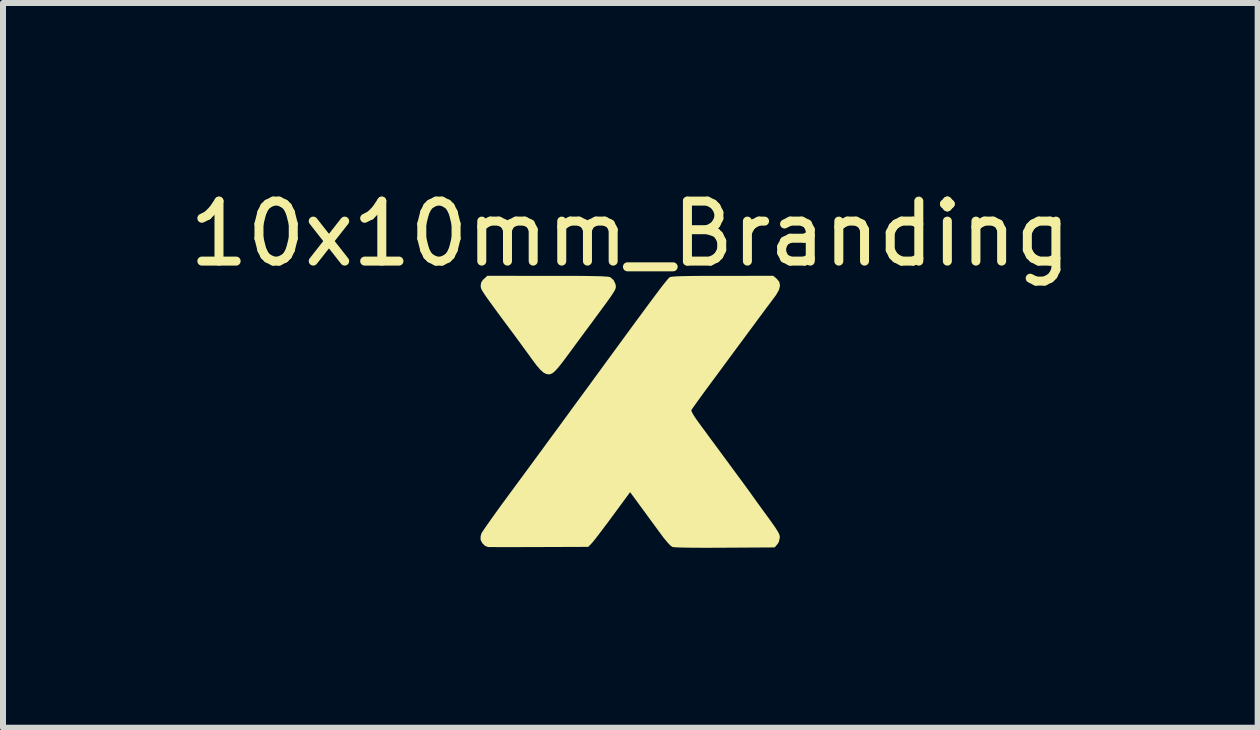
<source format=kicad_pcb>
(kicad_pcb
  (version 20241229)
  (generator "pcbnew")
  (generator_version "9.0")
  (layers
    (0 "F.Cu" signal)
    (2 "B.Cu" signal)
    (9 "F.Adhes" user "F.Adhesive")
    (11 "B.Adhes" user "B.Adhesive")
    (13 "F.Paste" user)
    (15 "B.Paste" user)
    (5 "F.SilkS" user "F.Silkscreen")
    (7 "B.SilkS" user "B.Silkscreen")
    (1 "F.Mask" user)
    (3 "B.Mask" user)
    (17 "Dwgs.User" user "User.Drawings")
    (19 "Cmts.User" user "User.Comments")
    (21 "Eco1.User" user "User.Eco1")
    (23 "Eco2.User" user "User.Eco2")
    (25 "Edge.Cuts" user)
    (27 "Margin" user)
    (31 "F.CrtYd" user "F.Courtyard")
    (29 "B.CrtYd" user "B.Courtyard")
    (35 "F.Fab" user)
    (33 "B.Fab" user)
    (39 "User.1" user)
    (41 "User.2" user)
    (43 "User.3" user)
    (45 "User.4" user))
  (footprint "10x10mm_Branding"
    (layer "F.Cu")
    (at 7.486 3.87)
    (property "Reference" "10x10mm_Branding" (at -0.028 -3.022 0) (layer "F.SilkS") (effects (font (size 1 1) (thickness 0.15))))
    (fp_poly (pts (xy -2.466 -2.272) (xy -2.483 -2.257) (xy -2.514 -2.212) (xy -2.522 -2.158) (xy -2.522 -2.155) (xy -2.522 -2.139) (xy -2.519 -2.124) (xy -2.513 -2.105) (xy -2.501 -2.08) (xy -2.481 -2.048) (xy -2.453 -2.005) (xy -2.414 -1.949) (xy -2.362 -1.877) (xy -2.296 -1.786) (xy -2.214 -1.674) (xy -2.114 -1.539) (xy -1.994 -1.378) (xy -1.952 -1.321) (xy -1.875 -1.216) (xy -1.799 -1.112) (xy -1.73 -1.018) (xy -1.676 -0.943) (xy -1.666 -0.929) (xy -1.592 -0.83) (xy -1.531 -0.759) (xy -1.48 -0.712) (xy -1.436 -0.687) (xy -1.394 -0.679) (xy -1.379 -0.679) (xy -1.35 -0.686) (xy -1.319 -0.703) (xy -1.284 -0.733) (xy -1.241 -0.779) (xy -1.187 -0.845) (xy -1.119 -0.934) (xy -1.034 -1.049) (xy -0.974 -1.131) (xy -0.881 -1.257) (xy -0.783 -1.39) (xy -0.689 -1.516) (xy -0.609 -1.625) (xy -0.542 -1.716) (xy -0.46 -1.827) (xy -0.396 -1.915) (xy -0.348 -1.983) (xy -0.314 -2.035) (xy -0.29 -2.074) (xy -0.277 -2.102) (xy -0.27 -2.124) (xy -0.269 -2.142) (xy -0.274 -2.181) (xy -0.306 -2.249) (xy -0.359 -2.297) (xy -0.374 -2.302) (xy -0.402 -2.307) (xy -0.446 -2.31) (xy -0.509 -2.314) (xy -0.592 -2.316) (xy -0.698 -2.318) (xy -0.83 -2.32) (xy -0.991 -2.321) (xy -1.182 -2.321) (xy -1.406 -2.321) (xy -2.411 -2.322)) (stroke (width 0) (type default)) (fill yes) (layer "F.SilkS"))
    (fp_poly (pts (xy 1.512 -2.321) (xy 1.418 -2.321) (xy 1.224 -2.321) (xy 1.061 -2.32) (xy 0.928 -2.318) (xy 0.823 -2.316) (xy 0.743 -2.313) (xy 0.686 -2.309) (xy 0.649 -2.304) (xy 0.63 -2.299) (xy 0.625 -2.295) (xy 0.609 -2.279) (xy 0.583 -2.25) (xy 0.548 -2.206) (xy 0.5 -2.146) (xy 0.441 -2.068) (xy 0.368 -1.971) (xy 0.281 -1.854) (xy 0.178 -1.714) (xy 0.058 -1.552) (xy -0.079 -1.365) (xy -0.235 -1.152) (xy -0.411 -0.911) (xy -0.448 -0.861) (xy -0.535 -0.741) (xy -0.624 -0.62) (xy -0.708 -0.504) (xy -0.783 -0.402) (xy -0.842 -0.322) (xy -0.852 -0.308) (xy -0.925 -0.209) (xy -1.002 -0.104) (xy -1.075 -0.003) (xy -1.136 0.08) (xy -1.154 0.105) (xy -1.219 0.194) (xy -1.297 0.3) (xy -1.39 0.426) (xy -1.497 0.573) (xy -1.622 0.743) (xy -1.764 0.936) (xy -1.926 1.156) (xy -2.107 1.402) (xy -2.188 1.512) (xy -2.271 1.627) (xy -2.346 1.732) (xy -2.41 1.823) (xy -2.461 1.896) (xy -2.495 1.947) (xy -2.511 1.974) (xy -2.524 2.024) (xy -2.524 2.075) (xy -2.522 2.084) (xy -2.494 2.137) (xy -2.45 2.18) (xy -2.402 2.199) (xy -2.384 2.2) (xy -2.332 2.2) (xy -2.252 2.201) (xy -2.146 2.201) (xy -2.02 2.201) (xy -1.875 2.201) (xy -1.716 2.2) (xy -1.548 2.2) (xy -0.729 2.197) (xy -0.673 2.139) (xy -0.647 2.109) (xy -0.604 2.055) (xy -0.547 1.981) (xy -0.479 1.891) (xy -0.403 1.79) (xy -0.324 1.683) (xy -0.031 1.285) (xy 0.132 1.507) (xy 0.136 1.513) (xy 0.212 1.616) (xy 0.298 1.734) (xy 0.384 1.851) (xy 0.46 1.955) (xy 0.528 2.046) (xy 0.592 2.123) (xy 0.64 2.174) (xy 0.673 2.198) (xy 0.699 2.202) (xy 0.762 2.206) (xy 0.857 2.209) (xy 0.985 2.211) (xy 1.144 2.212) (xy 1.333 2.212) (xy 1.55 2.211) (xy 2.379 2.206) (xy 2.422 2.156) (xy 2.448 2.116) (xy 2.465 2.04) (xy 2.464 2.028) (xy 2.459 2) (xy 2.445 1.966) (xy 2.419 1.921) (xy 2.38 1.861) (xy 2.324 1.782) (xy 2.25 1.679) (xy 2.241 1.667) (xy 2.173 1.574) (xy 2.11 1.487) (xy 2.056 1.412) (xy 2.015 1.355) (xy 1.992 1.322) (xy 1.982 1.308) (xy 1.95 1.264) (xy 1.902 1.198) (xy 1.84 1.113) (xy 1.766 1.013) (xy 1.685 0.903) (xy 1.599 0.786) (xy 1.565 0.74) (xy 1.473 0.615) (xy 1.382 0.492) (xy 1.297 0.377) (xy 1.222 0.274) (xy 1.159 0.19) (xy 1.115 0.129) (xy 1.064 0.058) (xy 1.021 -0.008) (xy 0.996 -0.056) (xy 0.989 -0.081) (xy 0.992 -0.086) (xy 1.012 -0.116) (xy 1.05 -0.17) (xy 1.104 -0.245) (xy 1.171 -0.338) (xy 1.25 -0.446) (xy 1.338 -0.565) (xy 1.432 -0.692) (xy 1.533 -0.829) (xy 1.642 -0.977) (xy 1.75 -1.123) (xy 1.854 -1.263) (xy 1.949 -1.392) (xy 2.031 -1.502) (xy 2.095 -1.59) (xy 2.117 -1.619) (xy 2.187 -1.713) (xy 2.252 -1.801) (xy 2.308 -1.875) (xy 2.35 -1.932) (xy 2.375 -1.965) (xy 2.4 -1.999) (xy 2.45 -2.085) (xy 2.468 -2.159) (xy 2.455 -2.222) (xy 2.41 -2.276) (xy 2.355 -2.322)) (stroke (width 0) (type default)) (fill yes) (layer "F.SilkS")))
  (gr_rect
    (start -3 -3)
    (end 17.917 9.082)
    (stroke (width 0.1) (type default))
    (fill no)
    (layer "Edge.Cuts")))
</source>
